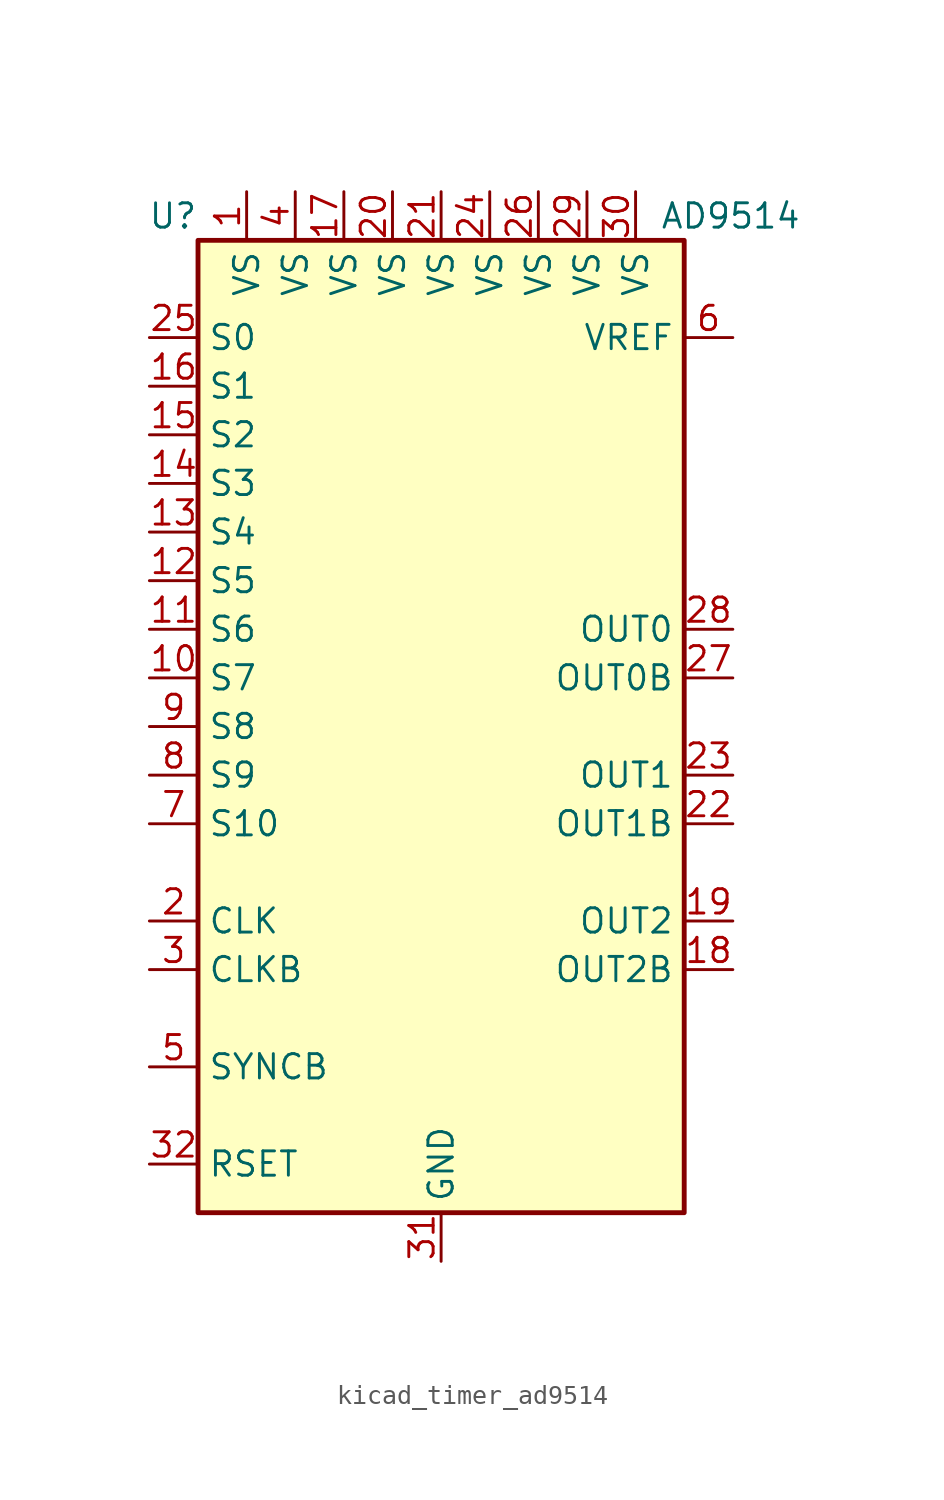
<source format=kicad_sym>
(kicad_symbol_lib
  (version 20220914)
  (generator kicad_symbol_editor)
  (symbol "kicad_timer_ad9514"
    (property "Reference" "U"
      (at -12.7 26.67 0)
      (effects (font (size 1.27 1.27)) (justify right)))
    (property "Value" "AD9514"
      (at 11.43 26.67 0)
      (effects (font (size 1.27 1.27)) (justify left)))
    (symbol "kicad_timer_ad9514_1_1"
      (rectangle (start -12.7 25.4) (end 12.7 -25.4) (stroke (width 0.254) (type default)) (fill (type background)))
      (pin power_in line (at -10.16 27.94 270) (length 2.54) (name "VS" (effects (font (size 1.27 1.27)))) (number "1" (effects (font (size 1.27 1.27)))))
      (pin input line (at -15.24 2.54 0) (length 2.54) (name "S7" (effects (font (size 1.27 1.27)))) (number "10" (effects (font (size 1.27 1.27)))))
      (pin input line (at -15.24 5.08 0) (length 2.54) (name "S6" (effects (font (size 1.27 1.27)))) (number "11" (effects (font (size 1.27 1.27)))))
      (pin input line (at -15.24 7.62 0) (length 2.54) (name "S5" (effects (font (size 1.27 1.27)))) (number "12" (effects (font (size 1.27 1.27)))))
      (pin input line (at -15.24 10.16 0) (length 2.54) (name "S4" (effects (font (size 1.27 1.27)))) (number "13" (effects (font (size 1.27 1.27)))))
      (pin input line (at -15.24 12.7 0) (length 2.54) (name "S3" (effects (font (size 1.27 1.27)))) (number "14" (effects (font (size 1.27 1.27)))))
      (pin input line (at -15.24 15.24 0) (length 2.54) (name "S2" (effects (font (size 1.27 1.27)))) (number "15" (effects (font (size 1.27 1.27)))))
      (pin input line (at -15.24 17.78 0) (length 2.54) (name "S1" (effects (font (size 1.27 1.27)))) (number "16" (effects (font (size 1.27 1.27)))))
      (pin power_in line (at -5.08 27.94 270) (length 2.54) (name "VS" (effects (font (size 1.27 1.27)))) (number "17" (effects (font (size 1.27 1.27)))))
      (pin output line (at 15.24 -12.7 180) (length 2.54) (name "OUT2B" (effects (font (size 1.27 1.27)))) (number "18" (effects (font (size 1.27 1.27)))))
      (pin output line (at 15.24 -10.16 180) (length 2.54) (name "OUT2" (effects (font (size 1.27 1.27)))) (number "19" (effects (font (size 1.27 1.27)))))
      (pin input line (at -15.24 -10.16 0) (length 2.54) (name "CLK" (effects (font (size 1.27 1.27)))) (number "2" (effects (font (size 1.27 1.27)))))
      (pin power_in line (at -2.54 27.94 270) (length 2.54) (name "VS" (effects (font (size 1.27 1.27)))) (number "20" (effects (font (size 1.27 1.27)))))
      (pin power_in line (at 0 27.94 270) (length 2.54) (name "VS" (effects (font (size 1.27 1.27)))) (number "21" (effects (font (size 1.27 1.27)))))
      (pin open_emitter line (at 15.24 -5.08 180) (length 2.54) (name "OUT1B" (effects (font (size 1.27 1.27)))) (number "22" (effects (font (size 1.27 1.27)))))
      (pin open_emitter line (at 15.24 -2.54 180) (length 2.54) (name "OUT1" (effects (font (size 1.27 1.27)))) (number "23" (effects (font (size 1.27 1.27)))))
      (pin power_in line (at 2.54 27.94 270) (length 2.54) (name "VS" (effects (font (size 1.27 1.27)))) (number "24" (effects (font (size 1.27 1.27)))))
      (pin input line (at -15.24 20.32 0) (length 2.54) (name "S0" (effects (font (size 1.27 1.27)))) (number "25" (effects (font (size 1.27 1.27)))))
      (pin power_in line (at 5.08 27.94 270) (length 2.54) (name "VS" (effects (font (size 1.27 1.27)))) (number "26" (effects (font (size 1.27 1.27)))))
      (pin open_emitter line (at 15.24 2.54 180) (length 2.54) (name "OUT0B" (effects (font (size 1.27 1.27)))) (number "27" (effects (font (size 1.27 1.27)))))
      (pin open_emitter line (at 15.24 5.08 180) (length 2.54) (name "OUT0" (effects (font (size 1.27 1.27)))) (number "28" (effects (font (size 1.27 1.27)))))
      (pin power_in line (at 7.62 27.94 270) (length 2.54) (name "VS" (effects (font (size 1.27 1.27)))) (number "29" (effects (font (size 1.27 1.27)))))
      (pin input line (at -15.24 -12.7 0) (length 2.54) (name "CLKB" (effects (font (size 1.27 1.27)))) (number "3" (effects (font (size 1.27 1.27)))))
      (pin power_in line (at 10.16 27.94 270) (length 2.54) (name "VS" (effects (font (size 1.27 1.27)))) (number "30" (effects (font (size 1.27 1.27)))))
      (pin power_in line (at 0 -27.94 90) (length 2.54) (name "GND" (effects (font (size 1.27 1.27)))) (number "31" (effects (font (size 1.27 1.27)))))
      (pin passive line (at -15.24 -22.86 0) (length 2.54) (name "RSET" (effects (font (size 1.27 1.27)))) (number "32" (effects (font (size 1.27 1.27)))))
      (pin passive line (at 0 -27.94 90) (length 2.54) hide (name "GND" (effects (font (size 1.27 1.27)))) (number "33" (effects (font (size 1.27 1.27)))))
      (pin power_in line (at -7.62 27.94 270) (length 2.54) (name "VS" (effects (font (size 1.27 1.27)))) (number "4" (effects (font (size 1.27 1.27)))))
      (pin input line (at -15.24 -17.78 0) (length 2.54) (name "SYNCB" (effects (font (size 1.27 1.27)))) (number "5" (effects (font (size 1.27 1.27)))))
      (pin power_out line (at 15.24 20.32 180) (length 2.54) (name "VREF" (effects (font (size 1.27 1.27)))) (number "6" (effects (font (size 1.27 1.27)))))
      (pin input line (at -15.24 -5.08 0) (length 2.54) (name "S10" (effects (font (size 1.27 1.27)))) (number "7" (effects (font (size 1.27 1.27)))))
      (pin input line (at -15.24 -2.54 0) (length 2.54) (name "S9" (effects (font (size 1.27 1.27)))) (number "8" (effects (font (size 1.27 1.27)))))
      (pin input line (at -15.24 0 0) (length 2.54) (name "S8" (effects (font (size 1.27 1.27)))) (number "9" (effects (font (size 1.27 1.27))))))))
</source>
